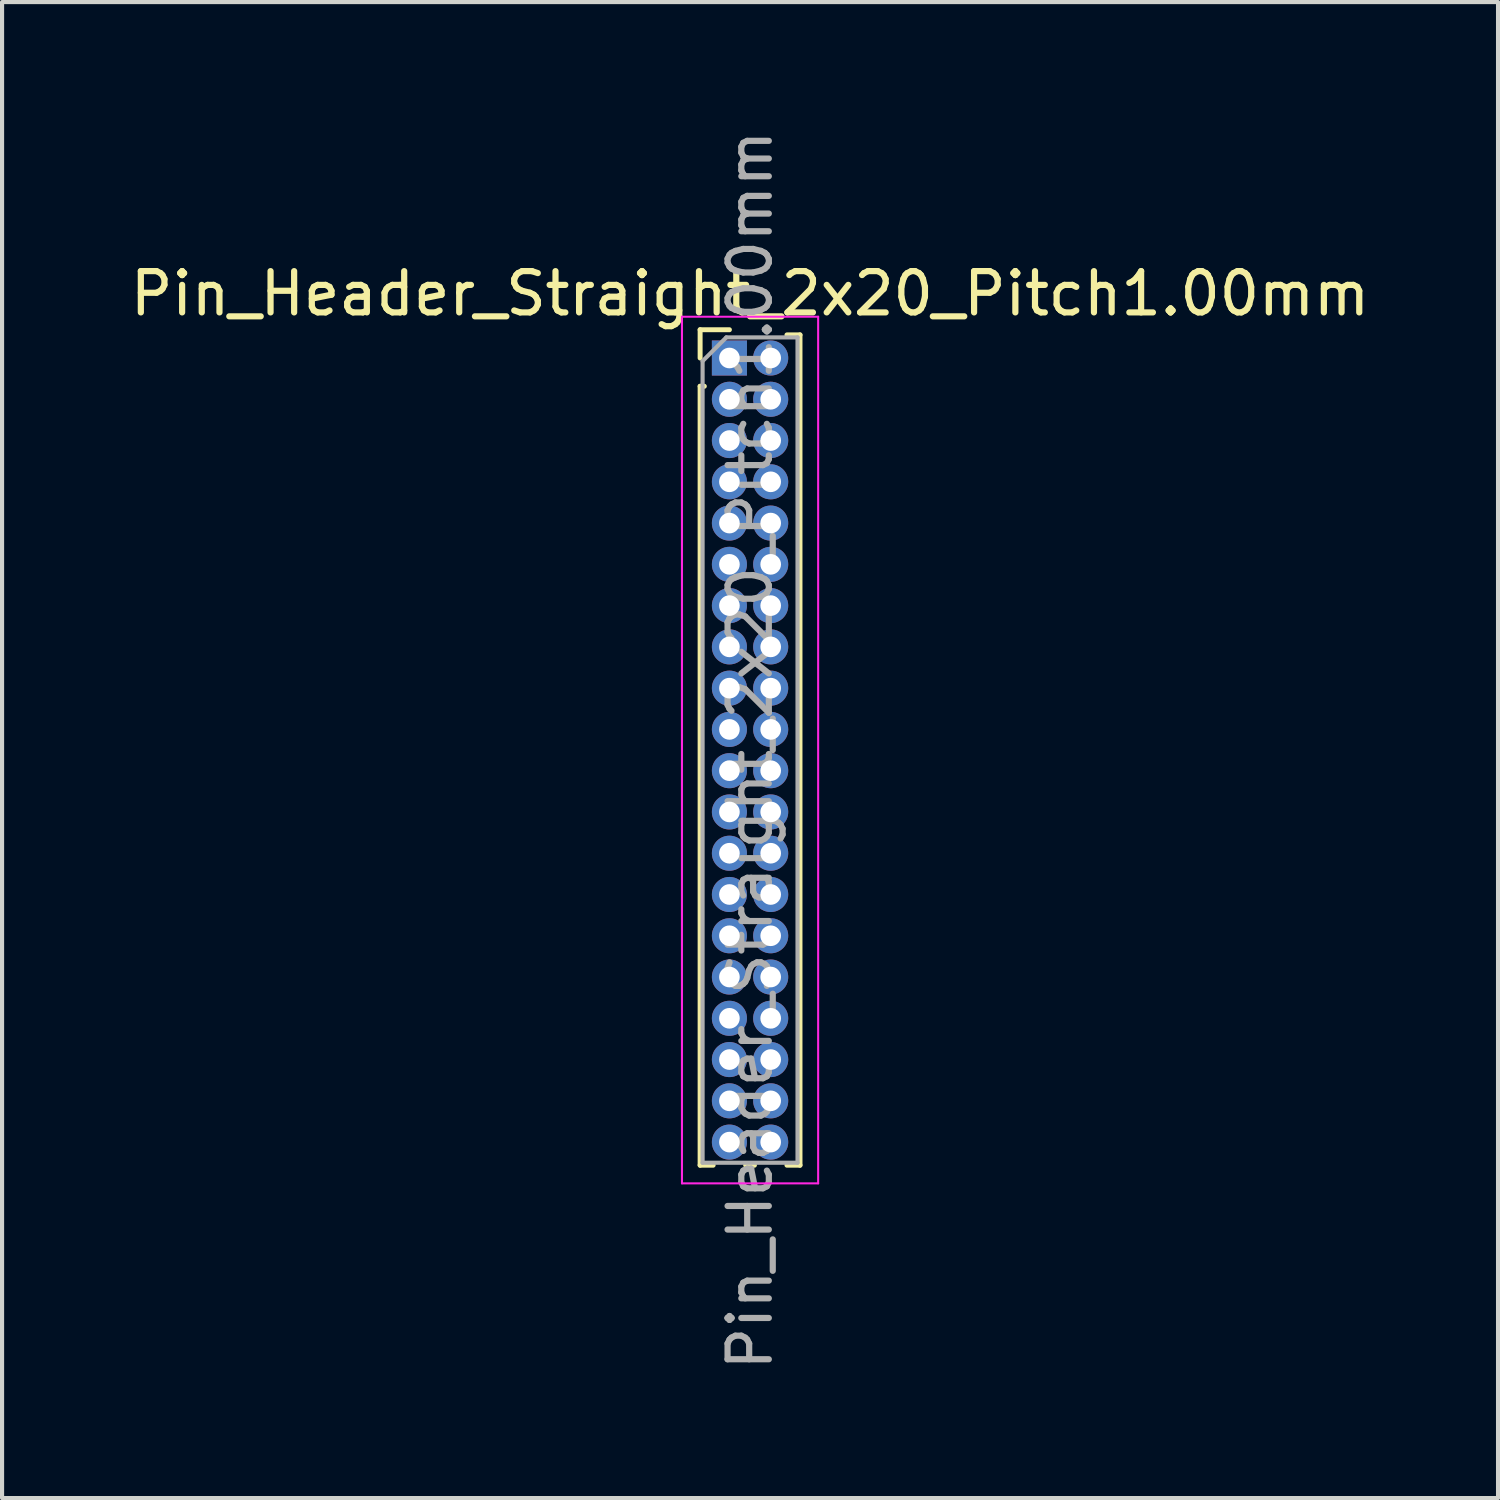
<source format=kicad_pcb>
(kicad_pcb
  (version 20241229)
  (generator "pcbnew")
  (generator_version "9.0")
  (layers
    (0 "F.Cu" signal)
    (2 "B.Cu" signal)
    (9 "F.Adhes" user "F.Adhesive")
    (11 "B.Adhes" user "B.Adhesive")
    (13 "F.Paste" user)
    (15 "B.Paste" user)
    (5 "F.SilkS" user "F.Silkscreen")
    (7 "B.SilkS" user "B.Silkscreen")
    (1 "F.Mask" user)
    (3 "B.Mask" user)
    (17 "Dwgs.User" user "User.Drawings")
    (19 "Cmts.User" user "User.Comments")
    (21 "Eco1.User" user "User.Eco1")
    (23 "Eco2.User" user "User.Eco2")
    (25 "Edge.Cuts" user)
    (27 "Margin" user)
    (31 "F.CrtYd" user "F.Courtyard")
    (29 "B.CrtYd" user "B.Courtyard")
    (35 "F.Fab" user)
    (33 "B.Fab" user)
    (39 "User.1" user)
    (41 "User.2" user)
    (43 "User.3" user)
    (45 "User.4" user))
  (footprint "Pin_Header_Straight_2x20_Pitch1.00mm"
    (layer "F.Cu")
    (at 14.625 5.625)
    (property "Reference" "Pin_Header_Straight_2x20_Pitch1.00mm" (at 0.5 -1.56 0) (layer "F.SilkS") (effects (font (size 1 1) (thickness 0.15))))
    (attr through_hole)
    (fp_line (start -0.71 -0.685) (end 0 -0.685) (stroke (width 0.12) (type solid)) (layer "F.SilkS"))
    (fp_line (start -0.71 0) (end -0.71 -0.685) (stroke (width 0.12) (type solid)) (layer "F.SilkS"))
    (fp_line (start -0.71 0.685) (end -0.71 19.56) (stroke (width 0.12) (type solid)) (layer "F.SilkS"))
    (fp_line (start -0.71 0.685) (end -0.608 0.685) (stroke (width 0.12) (type solid)) (layer "F.SilkS"))
    (fp_line (start -0.71 19.56) (end -0.394 19.56) (stroke (width 0.12) (type solid)) (layer "F.SilkS"))
    (fp_line (start 0.394 19.56) (end 0.606 19.56) (stroke (width 0.12) (type solid)) (layer "F.SilkS"))
    (fp_line (start 1.394 -0.56) (end 1.71 -0.56) (stroke (width 0.12) (type solid)) (layer "F.SilkS"))
    (fp_line (start 1.394 19.56) (end 1.71 19.56) (stroke (width 0.12) (type solid)) (layer "F.SilkS"))
    (fp_line (start 1.71 -0.56) (end 1.71 19.56) (stroke (width 0.12) (type solid)) (layer "F.SilkS"))
    (fp_line (start -1.15 -1) (end -1.15 20) (stroke (width 0.05) (type solid)) (layer "F.CrtYd"))
    (fp_line (start -1.15 20) (end 2.15 20) (stroke (width 0.05) (type solid)) (layer "F.CrtYd"))
    (fp_line (start 2.15 -1) (end -1.15 -1) (stroke (width 0.05) (type solid)) (layer "F.CrtYd"))
    (fp_line (start 2.15 20) (end 2.15 -1) (stroke (width 0.05) (type solid)) (layer "F.CrtYd"))
    (fp_line (start -0.65 0.075) (end -0.075 -0.5) (stroke (width 0.1) (type solid)) (layer "F.Fab"))
    (fp_line (start -0.65 19.5) (end -0.65 0.075) (stroke (width 0.1) (type solid)) (layer "F.Fab"))
    (fp_line (start -0.075 -0.5) (end 1.65 -0.5) (stroke (width 0.1) (type solid)) (layer "F.Fab"))
    (fp_line (start 1.65 -0.5) (end 1.65 19.5) (stroke (width 0.1) (type solid)) (layer "F.Fab"))
    (fp_line (start 1.65 19.5) (end -0.65 19.5) (stroke (width 0.1) (type solid)) (layer "F.Fab"))
    (fp_text user "${REFERENCE}" (at 0.5 9.5 90) (layer "F.Fab") (effects (font (size 1 1) (thickness 0.15))))
    (pad "1" thru_hole rect (at 0 0) (size 0.85 0.85) (drill 0.5) (layers "*.Cu" "*.Mask"))
    (pad "2" thru_hole oval (at 1 0) (size 0.85 0.85) (drill 0.5) (layers "*.Cu" "*.Mask"))
    (pad "3" thru_hole oval (at 0 1) (size 0.85 0.85) (drill 0.5) (layers "*.Cu" "*.Mask"))
    (pad "4" thru_hole oval (at 1 1) (size 0.85 0.85) (drill 0.5) (layers "*.Cu" "*.Mask"))
    (pad "5" thru_hole oval (at 0 2) (size 0.85 0.85) (drill 0.5) (layers "*.Cu" "*.Mask"))
    (pad "6" thru_hole oval (at 1 2) (size 0.85 0.85) (drill 0.5) (layers "*.Cu" "*.Mask"))
    (pad "7" thru_hole oval (at 0 3) (size 0.85 0.85) (drill 0.5) (layers "*.Cu" "*.Mask"))
    (pad "8" thru_hole oval (at 1 3) (size 0.85 0.85) (drill 0.5) (layers "*.Cu" "*.Mask"))
    (pad "9" thru_hole oval (at 0 4) (size 0.85 0.85) (drill 0.5) (layers "*.Cu" "*.Mask"))
    (pad "10" thru_hole oval (at 1 4) (size 0.85 0.85) (drill 0.5) (layers "*.Cu" "*.Mask"))
    (pad "11" thru_hole oval (at 0 5) (size 0.85 0.85) (drill 0.5) (layers "*.Cu" "*.Mask"))
    (pad "12" thru_hole oval (at 1 5) (size 0.85 0.85) (drill 0.5) (layers "*.Cu" "*.Mask"))
    (pad "13" thru_hole oval (at 0 6) (size 0.85 0.85) (drill 0.5) (layers "*.Cu" "*.Mask"))
    (pad "14" thru_hole oval (at 1 6) (size 0.85 0.85) (drill 0.5) (layers "*.Cu" "*.Mask"))
    (pad "15" thru_hole oval (at 0 7) (size 0.85 0.85) (drill 0.5) (layers "*.Cu" "*.Mask"))
    (pad "16" thru_hole oval (at 1 7) (size 0.85 0.85) (drill 0.5) (layers "*.Cu" "*.Mask"))
    (pad "17" thru_hole oval (at 0 8) (size 0.85 0.85) (drill 0.5) (layers "*.Cu" "*.Mask"))
    (pad "18" thru_hole oval (at 1 8) (size 0.85 0.85) (drill 0.5) (layers "*.Cu" "*.Mask"))
    (pad "19" thru_hole oval (at 0 9) (size 0.85 0.85) (drill 0.5) (layers "*.Cu" "*.Mask"))
    (pad "20" thru_hole oval (at 1 9) (size 0.85 0.85) (drill 0.5) (layers "*.Cu" "*.Mask"))
    (pad "21" thru_hole oval (at 0 10) (size 0.85 0.85) (drill 0.5) (layers "*.Cu" "*.Mask"))
    (pad "22" thru_hole oval (at 1 10) (size 0.85 0.85) (drill 0.5) (layers "*.Cu" "*.Mask"))
    (pad "23" thru_hole oval (at 0 11) (size 0.85 0.85) (drill 0.5) (layers "*.Cu" "*.Mask"))
    (pad "24" thru_hole oval (at 1 11) (size 0.85 0.85) (drill 0.5) (layers "*.Cu" "*.Mask"))
    (pad "25" thru_hole oval (at 0 12) (size 0.85 0.85) (drill 0.5) (layers "*.Cu" "*.Mask"))
    (pad "26" thru_hole oval (at 1 12) (size 0.85 0.85) (drill 0.5) (layers "*.Cu" "*.Mask"))
    (pad "27" thru_hole oval (at 0 13) (size 0.85 0.85) (drill 0.5) (layers "*.Cu" "*.Mask"))
    (pad "28" thru_hole oval (at 1 13) (size 0.85 0.85) (drill 0.5) (layers "*.Cu" "*.Mask"))
    (pad "29" thru_hole oval (at 0 14) (size 0.85 0.85) (drill 0.5) (layers "*.Cu" "*.Mask"))
    (pad "30" thru_hole oval (at 1 14) (size 0.85 0.85) (drill 0.5) (layers "*.Cu" "*.Mask"))
    (pad "31" thru_hole oval (at 0 15) (size 0.85 0.85) (drill 0.5) (layers "*.Cu" "*.Mask"))
    (pad "32" thru_hole oval (at 1 15) (size 0.85 0.85) (drill 0.5) (layers "*.Cu" "*.Mask"))
    (pad "33" thru_hole oval (at 0 16) (size 0.85 0.85) (drill 0.5) (layers "*.Cu" "*.Mask"))
    (pad "34" thru_hole oval (at 1 16) (size 0.85 0.85) (drill 0.5) (layers "*.Cu" "*.Mask"))
    (pad "35" thru_hole oval (at 0 17) (size 0.85 0.85) (drill 0.5) (layers "*.Cu" "*.Mask"))
    (pad "36" thru_hole oval (at 1 17) (size 0.85 0.85) (drill 0.5) (layers "*.Cu" "*.Mask"))
    (pad "37" thru_hole oval (at 0 18) (size 0.85 0.85) (drill 0.5) (layers "*.Cu" "*.Mask"))
    (pad "38" thru_hole oval (at 1 18) (size 0.85 0.85) (drill 0.5) (layers "*.Cu" "*.Mask"))
    (pad "39" thru_hole oval (at 0 19) (size 0.85 0.85) (drill 0.5) (layers "*.Cu" "*.Mask"))
    (pad "40" thru_hole oval (at 1 19) (size 0.85 0.85) (drill 0.5) (layers "*.Cu" "*.Mask")))
  (gr_rect
    (start -3 -3)
    (end 33.25 33.25)
    (stroke (width 0.1) (type default))
    (fill no)
    (layer "Edge.Cuts")))
</source>
